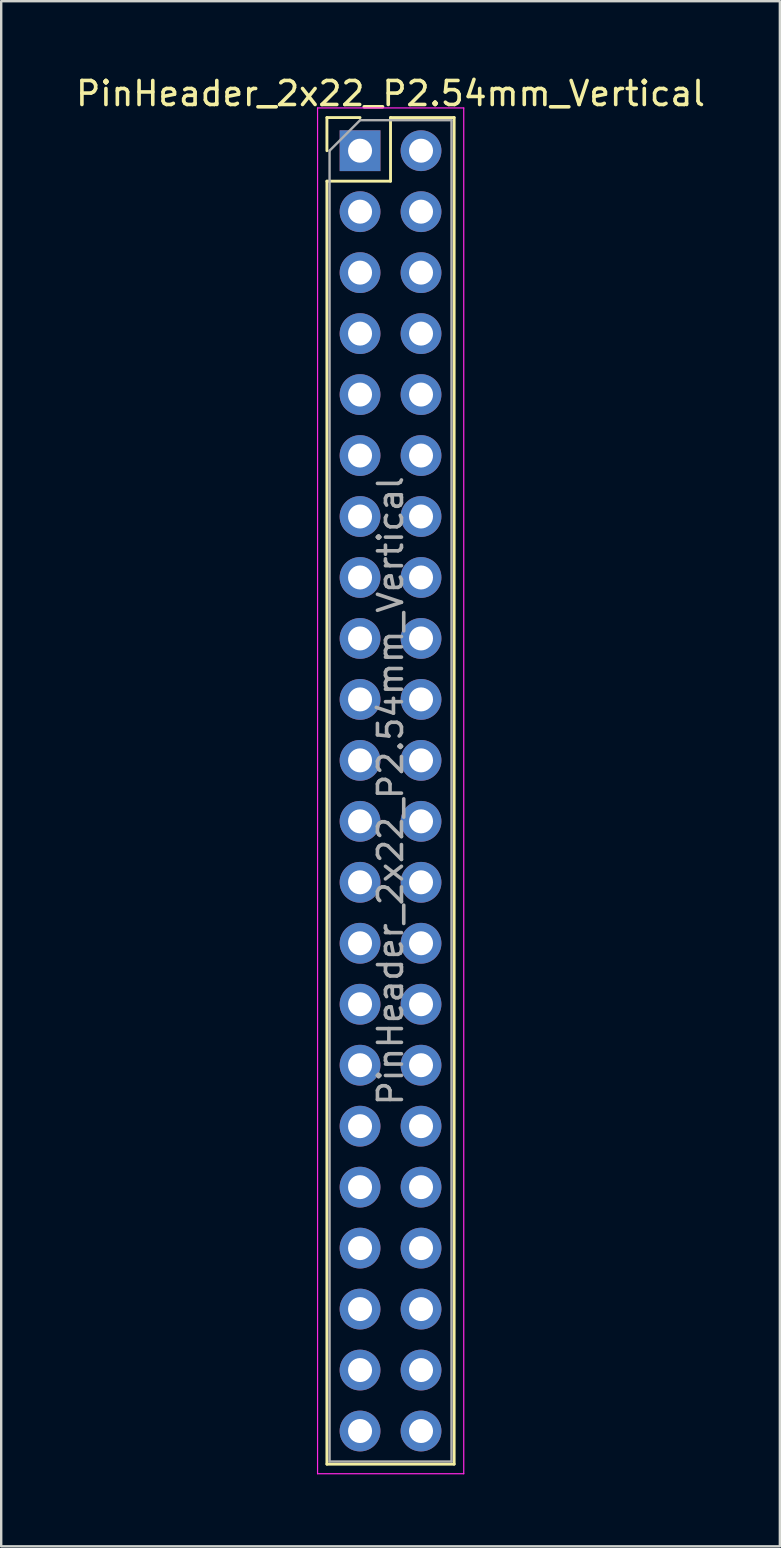
<source format=kicad_pcb>
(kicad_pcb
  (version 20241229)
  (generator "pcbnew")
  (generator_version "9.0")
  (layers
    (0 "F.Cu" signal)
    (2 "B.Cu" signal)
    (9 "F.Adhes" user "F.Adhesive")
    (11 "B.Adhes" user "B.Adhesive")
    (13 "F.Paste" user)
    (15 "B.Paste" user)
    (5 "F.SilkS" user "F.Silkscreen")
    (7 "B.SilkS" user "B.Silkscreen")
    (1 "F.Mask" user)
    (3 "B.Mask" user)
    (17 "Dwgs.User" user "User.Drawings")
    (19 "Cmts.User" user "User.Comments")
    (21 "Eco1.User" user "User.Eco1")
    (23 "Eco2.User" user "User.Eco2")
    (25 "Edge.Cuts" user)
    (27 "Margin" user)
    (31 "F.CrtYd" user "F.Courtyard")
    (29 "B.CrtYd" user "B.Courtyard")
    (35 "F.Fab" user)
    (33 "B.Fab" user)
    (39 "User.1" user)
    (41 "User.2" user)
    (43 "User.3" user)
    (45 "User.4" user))
  (footprint "PinHeader_2x22_P2.54mm_Vertical"
    (layer "F.Cu")
    (at 11.95 3.228)
    (property "Reference" "PinHeader_2x22_P2.54mm_Vertical" (at 1.27 -2.38 0) (layer "F.SilkS") (effects (font (size 1 1) (thickness 0.15))))
    (attr through_hole)
    (fp_line (start -1.38 -1.38) (end 0 -1.38) (stroke (width 0.12) (type solid)) (layer "F.SilkS"))
    (fp_line (start -1.38 0) (end -1.38 -1.38) (stroke (width 0.12) (type solid)) (layer "F.SilkS"))
    (fp_line (start -1.38 1.27) (end -1.38 54.72) (stroke (width 0.12) (type solid)) (layer "F.SilkS"))
    (fp_line (start -1.38 1.27) (end 1.27 1.27) (stroke (width 0.12) (type solid)) (layer "F.SilkS"))
    (fp_line (start -1.38 54.72) (end 3.92 54.72) (stroke (width 0.12) (type solid)) (layer "F.SilkS"))
    (fp_line (start 1.27 -1.38) (end 3.92 -1.38) (stroke (width 0.12) (type solid)) (layer "F.SilkS"))
    (fp_line (start 1.27 1.27) (end 1.27 -1.38) (stroke (width 0.12) (type solid)) (layer "F.SilkS"))
    (fp_line (start 3.92 -1.38) (end 3.92 54.72) (stroke (width 0.12) (type solid)) (layer "F.SilkS"))
    (fp_line (start -1.77 -1.78) (end -1.77 55.12) (stroke (width 0.05) (type solid)) (layer "F.CrtYd"))
    (fp_line (start -1.77 55.12) (end 4.32 55.12) (stroke (width 0.05) (type solid)) (layer "F.CrtYd"))
    (fp_line (start 4.32 -1.78) (end -1.77 -1.78) (stroke (width 0.05) (type solid)) (layer "F.CrtYd"))
    (fp_line (start 4.32 55.12) (end 4.32 -1.78) (stroke (width 0.05) (type solid)) (layer "F.CrtYd"))
    (fp_line (start -1.27 0) (end 0 -1.27) (stroke (width 0.1) (type solid)) (layer "F.Fab"))
    (fp_line (start -1.27 54.61) (end -1.27 0) (stroke (width 0.1) (type solid)) (layer "F.Fab"))
    (fp_line (start 0 -1.27) (end 3.81 -1.27) (stroke (width 0.1) (type solid)) (layer "F.Fab"))
    (fp_line (start 3.81 -1.27) (end 3.81 54.61) (stroke (width 0.1) (type solid)) (layer "F.Fab"))
    (fp_line (start 3.81 54.61) (end -1.27 54.61) (stroke (width 0.1) (type solid)) (layer "F.Fab"))
    (fp_text user "${REFERENCE}" (at 1.27 26.67 90) (layer "F.Fab") (effects (font (size 1 1) (thickness 0.15))))
    (pad "1" thru_hole rect (at 0 0) (size 1.7 1.7) (drill 1) (layers "*.Cu" "*.Mask"))
    (pad "2" thru_hole circle (at 2.54 0) (size 1.7 1.7) (drill 1) (layers "*.Cu" "*.Mask"))
    (pad "3" thru_hole circle (at 0 2.54) (size 1.7 1.7) (drill 1) (layers "*.Cu" "*.Mask"))
    (pad "4" thru_hole circle (at 2.54 2.54) (size 1.7 1.7) (drill 1) (layers "*.Cu" "*.Mask"))
    (pad "5" thru_hole circle (at 0 5.08) (size 1.7 1.7) (drill 1) (layers "*.Cu" "*.Mask"))
    (pad "6" thru_hole circle (at 2.54 5.08) (size 1.7 1.7) (drill 1) (layers "*.Cu" "*.Mask"))
    (pad "7" thru_hole circle (at 0 7.62) (size 1.7 1.7) (drill 1) (layers "*.Cu" "*.Mask"))
    (pad "8" thru_hole circle (at 2.54 7.62) (size 1.7 1.7) (drill 1) (layers "*.Cu" "*.Mask"))
    (pad "9" thru_hole circle (at 0 10.16) (size 1.7 1.7) (drill 1) (layers "*.Cu" "*.Mask"))
    (pad "10" thru_hole circle (at 2.54 10.16) (size 1.7 1.7) (drill 1) (layers "*.Cu" "*.Mask"))
    (pad "11" thru_hole circle (at 0 12.7) (size 1.7 1.7) (drill 1) (layers "*.Cu" "*.Mask"))
    (pad "12" thru_hole circle (at 2.54 12.7) (size 1.7 1.7) (drill 1) (layers "*.Cu" "*.Mask"))
    (pad "13" thru_hole circle (at 0 15.24) (size 1.7 1.7) (drill 1) (layers "*.Cu" "*.Mask"))
    (pad "14" thru_hole circle (at 2.54 15.24) (size 1.7 1.7) (drill 1) (layers "*.Cu" "*.Mask"))
    (pad "15" thru_hole circle (at 0 17.78) (size 1.7 1.7) (drill 1) (layers "*.Cu" "*.Mask"))
    (pad "16" thru_hole circle (at 2.54 17.78) (size 1.7 1.7) (drill 1) (layers "*.Cu" "*.Mask"))
    (pad "17" thru_hole circle (at 0 20.32) (size 1.7 1.7) (drill 1) (layers "*.Cu" "*.Mask"))
    (pad "18" thru_hole circle (at 2.54 20.32) (size 1.7 1.7) (drill 1) (layers "*.Cu" "*.Mask"))
    (pad "19" thru_hole circle (at 0 22.86) (size 1.7 1.7) (drill 1) (layers "*.Cu" "*.Mask"))
    (pad "20" thru_hole circle (at 2.54 22.86) (size 1.7 1.7) (drill 1) (layers "*.Cu" "*.Mask"))
    (pad "21" thru_hole circle (at 0 25.4) (size 1.7 1.7) (drill 1) (layers "*.Cu" "*.Mask"))
    (pad "22" thru_hole circle (at 2.54 25.4) (size 1.7 1.7) (drill 1) (layers "*.Cu" "*.Mask"))
    (pad "23" thru_hole circle (at 0 27.94) (size 1.7 1.7) (drill 1) (layers "*.Cu" "*.Mask"))
    (pad "24" thru_hole circle (at 2.54 27.94) (size 1.7 1.7) (drill 1) (layers "*.Cu" "*.Mask"))
    (pad "25" thru_hole circle (at 0 30.48) (size 1.7 1.7) (drill 1) (layers "*.Cu" "*.Mask"))
    (pad "26" thru_hole circle (at 2.54 30.48) (size 1.7 1.7) (drill 1) (layers "*.Cu" "*.Mask"))
    (pad "27" thru_hole circle (at 0 33.02) (size 1.7 1.7) (drill 1) (layers "*.Cu" "*.Mask"))
    (pad "28" thru_hole circle (at 2.54 33.02) (size 1.7 1.7) (drill 1) (layers "*.Cu" "*.Mask"))
    (pad "29" thru_hole circle (at 0 35.56) (size 1.7 1.7) (drill 1) (layers "*.Cu" "*.Mask"))
    (pad "30" thru_hole circle (at 2.54 35.56) (size 1.7 1.7) (drill 1) (layers "*.Cu" "*.Mask"))
    (pad "31" thru_hole circle (at 0 38.1) (size 1.7 1.7) (drill 1) (layers "*.Cu" "*.Mask"))
    (pad "32" thru_hole circle (at 2.54 38.1) (size 1.7 1.7) (drill 1) (layers "*.Cu" "*.Mask"))
    (pad "33" thru_hole circle (at 0 40.64) (size 1.7 1.7) (drill 1) (layers "*.Cu" "*.Mask"))
    (pad "34" thru_hole circle (at 2.54 40.64) (size 1.7 1.7) (drill 1) (layers "*.Cu" "*.Mask"))
    (pad "35" thru_hole circle (at 0 43.18) (size 1.7 1.7) (drill 1) (layers "*.Cu" "*.Mask"))
    (pad "36" thru_hole circle (at 2.54 43.18) (size 1.7 1.7) (drill 1) (layers "*.Cu" "*.Mask"))
    (pad "37" thru_hole circle (at 0 45.72) (size 1.7 1.7) (drill 1) (layers "*.Cu" "*.Mask"))
    (pad "38" thru_hole circle (at 2.54 45.72) (size 1.7 1.7) (drill 1) (layers "*.Cu" "*.Mask"))
    (pad "39" thru_hole circle (at 0 48.26) (size 1.7 1.7) (drill 1) (layers "*.Cu" "*.Mask"))
    (pad "40" thru_hole circle (at 2.54 48.26) (size 1.7 1.7) (drill 1) (layers "*.Cu" "*.Mask"))
    (pad "41" thru_hole circle (at 0 50.8) (size 1.7 1.7) (drill 1) (layers "*.Cu" "*.Mask"))
    (pad "42" thru_hole circle (at 2.54 50.8) (size 1.7 1.7) (drill 1) (layers "*.Cu" "*.Mask"))
    (pad "43" thru_hole circle (at 0 53.34) (size 1.7 1.7) (drill 1) (layers "*.Cu" "*.Mask"))
    (pad "44" thru_hole circle (at 2.54 53.34) (size 1.7 1.7) (drill 1) (layers "*.Cu" "*.Mask")))
  (gr_rect
    (start -3 -3)
    (end 29.44 61.373)
    (stroke (width 0.1) (type default))
    (fill no)
    (layer "Edge.Cuts")))
</source>
